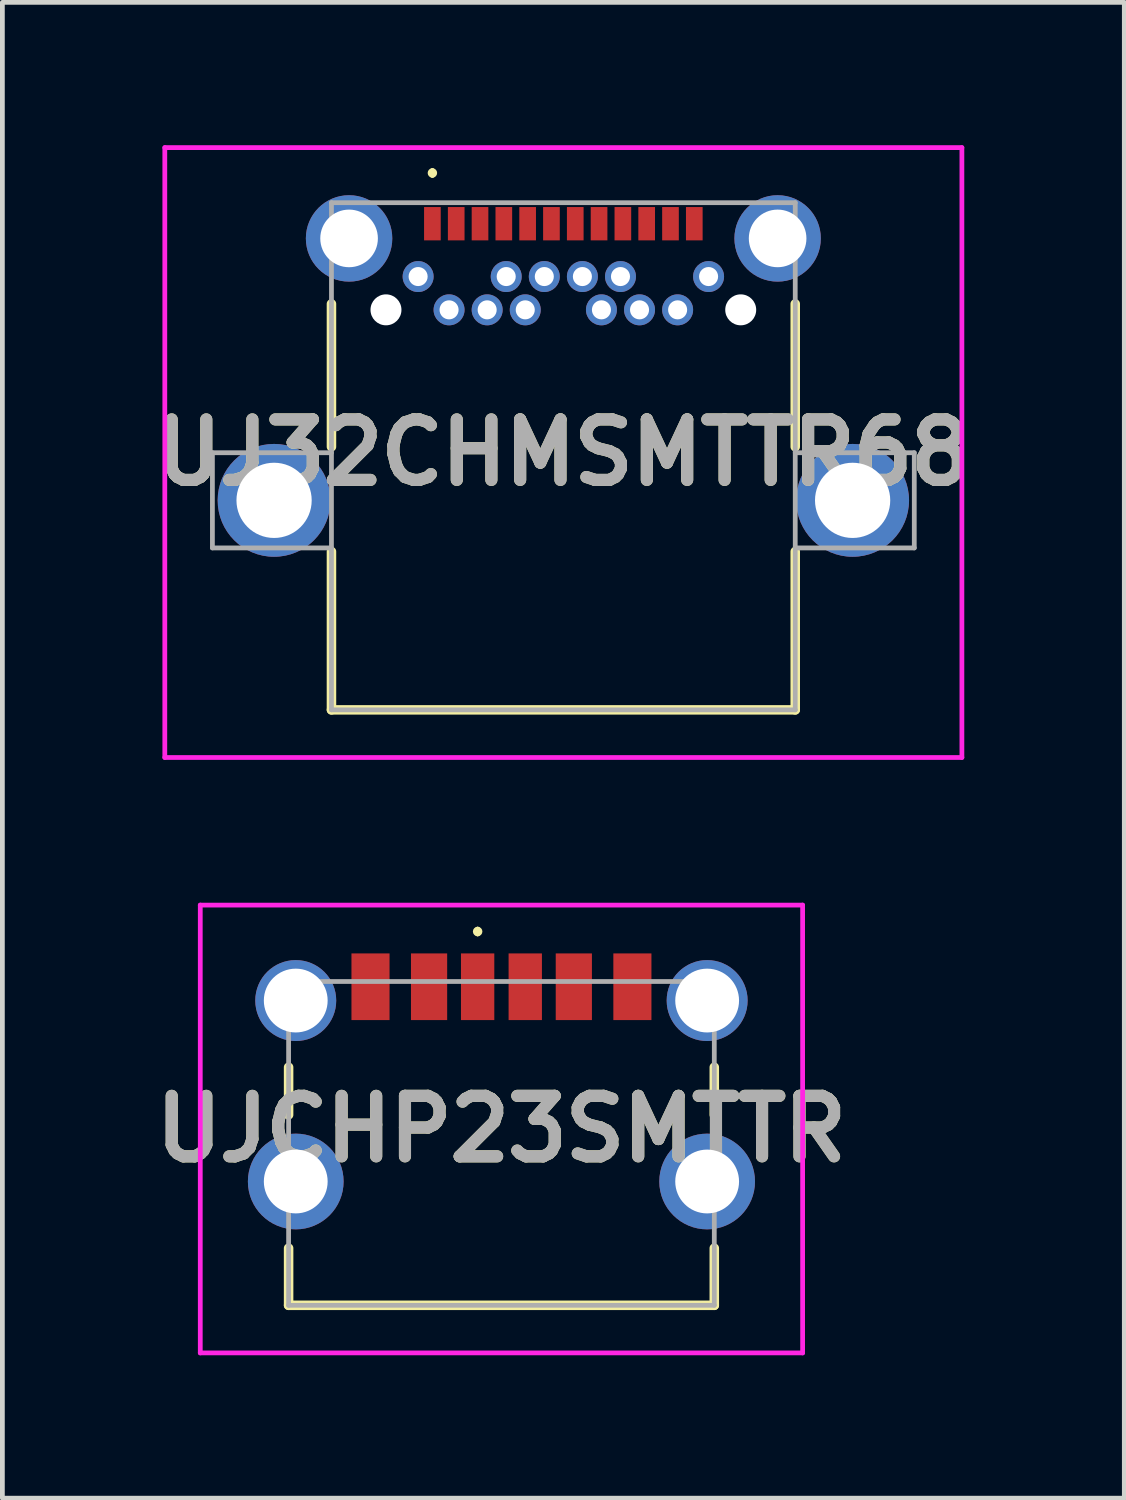
<source format=kicad_pcb>
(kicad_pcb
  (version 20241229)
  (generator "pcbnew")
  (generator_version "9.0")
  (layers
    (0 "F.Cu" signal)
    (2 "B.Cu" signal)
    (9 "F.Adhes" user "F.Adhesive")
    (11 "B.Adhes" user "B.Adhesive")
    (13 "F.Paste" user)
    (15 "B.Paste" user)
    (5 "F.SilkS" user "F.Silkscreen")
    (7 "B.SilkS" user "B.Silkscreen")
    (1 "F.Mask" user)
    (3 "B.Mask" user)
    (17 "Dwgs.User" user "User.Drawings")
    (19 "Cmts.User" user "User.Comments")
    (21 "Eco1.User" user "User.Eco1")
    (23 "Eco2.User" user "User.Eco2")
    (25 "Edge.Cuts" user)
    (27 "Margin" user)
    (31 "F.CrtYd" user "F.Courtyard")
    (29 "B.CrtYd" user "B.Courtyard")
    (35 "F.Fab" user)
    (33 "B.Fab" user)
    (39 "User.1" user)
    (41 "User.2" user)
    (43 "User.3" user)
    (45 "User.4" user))
  (footprint "UJCHP23SMTTR"
    (layer "F.Cu")
    (at 7.481 20.963)
    (property "Reference" "UJCHP23SMTTR" (at 0 -0.303 0) (layer "F.SilkS") (effects (font (size 1.27 1.27) (thickness 0.254))))
    (attr through_hole)
    (fp_line (start -4.47 -1.6) (end -4.47 -0.6) (stroke (width 0.2) (type solid)) (layer "F.SilkS"))
    (fp_line (start -4.47 2.2) (end -4.47 3.4) (stroke (width 0.2) (type solid)) (layer "F.SilkS"))
    (fp_line (start -4.47 3.4) (end 4.47 3.4) (stroke (width 0.2) (type solid)) (layer "F.SilkS"))
    (fp_line (start -0.5 -4.5) (end -0.5 -4.5) (stroke (width 0.1) (type solid)) (layer "F.SilkS"))
    (fp_line (start -0.5 -4.4) (end -0.5 -4.4) (stroke (width 0.1) (type solid)) (layer "F.SilkS"))
    (fp_line (start 4.47 -1.6) (end 4.47 -0.6) (stroke (width 0.2) (type solid)) (layer "F.SilkS"))
    (fp_line (start 4.47 3.4) (end 4.47 2.2) (stroke (width 0.2) (type solid)) (layer "F.SilkS"))
    (fp_arc (start -0.5 -4.5) (mid -0.45 -4.45) (end -0.5 -4.4) (stroke (width 0.1) (type solid)) (layer "F.SilkS"))
    (fp_arc (start -0.5 -4.4) (mid -0.55 -4.45) (end -0.5 -4.5) (stroke (width 0.1) (type solid)) (layer "F.SilkS"))
    (fp_line (start -6.325 -5.005) (end 6.325 -5.005) (stroke (width 0.1) (type solid)) (layer "F.CrtYd"))
    (fp_line (start -6.325 4.4) (end -6.325 -5.005) (stroke (width 0.1) (type solid)) (layer "F.CrtYd"))
    (fp_line (start 6.325 -5.005) (end 6.325 4.4) (stroke (width 0.1) (type solid)) (layer "F.CrtYd"))
    (fp_line (start 6.325 4.4) (end -6.325 4.4) (stroke (width 0.1) (type solid)) (layer "F.CrtYd"))
    (fp_line (start -4.47 -3.4) (end 4.47 -3.4) (stroke (width 0.1) (type solid)) (layer "F.Fab"))
    (fp_line (start -4.47 3.4) (end -4.47 -3.4) (stroke (width 0.1) (type solid)) (layer "F.Fab"))
    (fp_line (start 4.47 -3.4) (end 4.47 3.4) (stroke (width 0.1) (type solid)) (layer "F.Fab"))
    (fp_line (start 4.47 3.4) (end -4.47 3.4) (stroke (width 0.1) (type solid)) (layer "F.Fab"))
    (fp_text user "${REFERENCE}" (at 0 -0.303 0) (layer "F.Fab") (effects (font (size 1.27 1.27) (thickness 0.254))))
    (pad "A5" smd rect (at -0.5 -3.29) (size 0.7 1.4) (layers "F.Cu" "F.Mask" "F.Paste"))
    (pad "A9" smd rect (at 1.52 -3.29) (size 0.76 1.4) (layers "F.Cu" "F.Mask" "F.Paste"))
    (pad "A12" smd rect (at 2.75 -3.29) (size 0.8 1.4) (layers "F.Cu" "F.Mask" "F.Paste"))
    (pad "B5" smd rect (at 0.5 -3.29) (size 0.7 1.4) (layers "F.Cu" "F.Mask" "F.Paste"))
    (pad "B9" smd rect (at -1.52 -3.29) (size 0.76 1.4) (layers "F.Cu" "F.Mask" "F.Paste"))
    (pad "B12" smd rect (at -2.75 -3.29) (size 0.8 1.4) (layers "F.Cu" "F.Mask" "F.Paste"))
    (pad "MH1" thru_hole circle (at -4.32 -3) (size 1.7 1.7) (drill 1.34) (layers "*.Cu" "*.Mask"))
    (pad "MH2" thru_hole circle (at 4.32 -3) (size 1.7 1.7) (drill 1.34) (layers "*.Cu" "*.Mask"))
    (pad "MH3" thru_hole circle (at -4.32 0.8) (size 2.01 2.01) (drill 1.34) (layers "*.Cu" "*.Mask"))
    (pad "MH4" thru_hole circle (at 4.32 0.8) (size 2.01 2.01) (drill 1.34) (layers "*.Cu" "*.Mask")))
  (footprint "UJ32CHMSMTTR68"
    (layer "F.Cu")
    (at 8.781 6.454)
    (property "Reference" "UJ32CHMSMTTR68" (at 0 0 0) (layer "F.SilkS") (effects (font (size 1.27 1.27) (thickness 0.254))))
    (attr through_hole)
    (fp_line (start -4.87 -3.122) (end -4.87 -0.121) (stroke (width 0.2) (type solid)) (layer "F.SilkS"))
    (fp_line (start -4.87 2.079) (end -4.87 5.404) (stroke (width 0.2) (type solid)) (layer "F.SilkS"))
    (fp_line (start -4.87 5.404) (end 4.87 5.404) (stroke (width 0.2) (type solid)) (layer "F.SilkS"))
    (fp_line (start -2.75 -5.921) (end -2.75 -5.921) (stroke (width 0.1) (type solid)) (layer "F.SilkS"))
    (fp_line (start -2.75 -5.822) (end -2.75 -5.822) (stroke (width 0.1) (type solid)) (layer "F.SilkS"))
    (fp_line (start 4.87 -3.122) (end 4.87 -0.121) (stroke (width 0.2) (type solid)) (layer "F.SilkS"))
    (fp_line (start 4.87 5.404) (end 4.87 2.079) (stroke (width 0.2) (type solid)) (layer "F.SilkS"))
    (fp_arc (start -2.75 -5.921) (mid -2.7005 -5.8715) (end -2.75 -5.822) (stroke (width 0.1) (type solid)) (layer "F.SilkS"))
    (fp_arc (start -2.75 -5.822) (mid -2.7995 -5.8715) (end -2.75 -5.921) (stroke (width 0.1) (type solid)) (layer "F.SilkS"))
    (fp_line (start -8.37 -6.404) (end 8.37 -6.404) (stroke (width 0.1) (type solid)) (layer "F.CrtYd"))
    (fp_line (start -8.37 6.404) (end -8.37 -6.404) (stroke (width 0.1) (type solid)) (layer "F.CrtYd"))
    (fp_line (start 8.37 -6.404) (end 8.37 6.404) (stroke (width 0.1) (type solid)) (layer "F.CrtYd"))
    (fp_line (start 8.37 6.404) (end -8.37 6.404) (stroke (width 0.1) (type solid)) (layer "F.CrtYd"))
    (fp_line (start -7.37 0.004) (end -7.37 2.003) (stroke (width 0.1) (type solid)) (layer "F.Fab"))
    (fp_line (start -7.37 2.003) (end -4.87 2.003) (stroke (width 0.1) (type solid)) (layer "F.Fab"))
    (fp_line (start -4.87 -5.247) (end 4.87 -5.247) (stroke (width 0.1) (type solid)) (layer "F.Fab"))
    (fp_line (start -4.87 0.004) (end -7.37 0.004) (stroke (width 0.1) (type solid)) (layer "F.Fab"))
    (fp_line (start -4.87 5.404) (end -4.87 -5.247) (stroke (width 0.1) (type solid)) (layer "F.Fab"))
    (fp_line (start 4.87 -5.247) (end 4.87 5.404) (stroke (width 0.1) (type solid)) (layer "F.Fab"))
    (fp_line (start 4.87 0.004) (end 7.37 0.004) (stroke (width 0.1) (type solid)) (layer "F.Fab"))
    (fp_line (start 4.87 5.404) (end -4.87 5.404) (stroke (width 0.1) (type solid)) (layer "F.Fab"))
    (fp_line (start 7.37 0.004) (end 7.37 2.003) (stroke (width 0.1) (type solid)) (layer "F.Fab"))
    (fp_line (start 7.37 2.003) (end 4.87 2.003) (stroke (width 0.1) (type solid)) (layer "F.Fab"))
    (fp_text user "${REFERENCE}" (at 0 0 0) (layer "F.Fab") (effects (font (size 1.27 1.27) (thickness 0.254))))
    (pad "" np_thru_hole circle (at -3.725 -2.997) (size 0.65 0.65) (drill 0.65) (layers "*.Cu" "*.Mask"))
    (pad "" np_thru_hole circle (at 3.725 -2.997) (size 0.65 0.65) (drill 0.65) (layers "*.Cu" "*.Mask"))
    (pad "A1" smd rect (at -2.75 -4.806) (size 0.35 0.7) (layers "F.Cu" "F.Mask" "F.Paste"))
    (pad "A2" smd rect (at -2.25 -4.806) (size 0.35 0.7) (layers "F.Cu" "F.Mask" "F.Paste"))
    (pad "A3" smd rect (at -1.75 -4.806) (size 0.35 0.7) (layers "F.Cu" "F.Mask" "F.Paste"))
    (pad "A4" smd rect (at -1.25 -4.806) (size 0.35 0.7) (layers "F.Cu" "F.Mask" "F.Paste"))
    (pad "A5" smd rect (at -0.75 -4.806) (size 0.35 0.7) (layers "F.Cu" "F.Mask" "F.Paste"))
    (pad "A6" smd rect (at -0.25 -4.806) (size 0.35 0.7) (layers "F.Cu" "F.Mask" "F.Paste"))
    (pad "A7" smd rect (at 0.25 -4.806) (size 0.35 0.7) (layers "F.Cu" "F.Mask" "F.Paste"))
    (pad "A8" smd rect (at 0.75 -4.806) (size 0.35 0.7) (layers "F.Cu" "F.Mask" "F.Paste"))
    (pad "A9" smd rect (at 1.25 -4.806) (size 0.35 0.7) (layers "F.Cu" "F.Mask" "F.Paste"))
    (pad "A10" smd rect (at 1.75 -4.806) (size 0.35 0.7) (layers "F.Cu" "F.Mask" "F.Paste"))
    (pad "A11" smd rect (at 2.25 -4.806) (size 0.35 0.7) (layers "F.Cu" "F.Mask" "F.Paste"))
    (pad "A12" smd rect (at 2.75 -4.806) (size 0.35 0.7) (layers "F.Cu" "F.Mask" "F.Paste"))
    (pad "B1" thru_hole circle (at 3.05 -3.696) (size 0.65 0.65) (drill 0.4) (layers "*.Cu" "*.Mask"))
    (pad "B2" thru_hole circle (at 2.4 -2.997) (size 0.65 0.65) (drill 0.4) (layers "*.Cu" "*.Mask"))
    (pad "B3" thru_hole circle (at 1.6 -2.997) (size 0.65 0.65) (drill 0.4) (layers "*.Cu" "*.Mask"))
    (pad "B4" thru_hole circle (at 1.2 -3.696) (size 0.65 0.65) (drill 0.4) (layers "*.Cu" "*.Mask"))
    (pad "B5" thru_hole circle (at 0.8 -2.997) (size 0.65 0.65) (drill 0.4) (layers "*.Cu" "*.Mask"))
    (pad "B6" thru_hole circle (at 0.4 -3.696) (size 0.65 0.65) (drill 0.4) (layers "*.Cu" "*.Mask"))
    (pad "B7" thru_hole circle (at -0.4 -3.696) (size 0.65 0.65) (drill 0.4) (layers "*.Cu" "*.Mask"))
    (pad "B8" thru_hole circle (at -0.8 -2.997) (size 0.65 0.65) (drill 0.4) (layers "*.Cu" "*.Mask"))
    (pad "B9" thru_hole circle (at -1.2 -3.696) (size 0.65 0.65) (drill 0.4) (layers "*.Cu" "*.Mask"))
    (pad "B10" thru_hole circle (at -1.6 -2.997) (size 0.65 0.65) (drill 0.4) (layers "*.Cu" "*.Mask"))
    (pad "B11" thru_hole circle (at -2.4 -2.997) (size 0.65 0.65) (drill 0.4) (layers "*.Cu" "*.Mask"))
    (pad "B12" thru_hole circle (at -3.05 -3.696) (size 0.65 0.65) (drill 0.4) (layers "*.Cu" "*.Mask"))
    (pad "MH1" thru_hole circle (at -4.5 -4.497) (size 1.815 1.815) (drill 1.21) (layers "*.Cu" "*.Mask"))
    (pad "MH2" thru_hole circle (at 4.5 -4.497) (size 1.815 1.815) (drill 1.21) (layers "*.Cu" "*.Mask"))
    (pad "MH3" thru_hole circle (at 6.075 1.004) (size 2.37 2.37) (drill 1.58) (layers "*.Cu" "*.Mask"))
    (pad "MH4" thru_hole circle (at -6.075 1.004) (size 2.37 2.37) (drill 1.58) (layers "*.Cu" "*.Mask")))
  (gr_rect
    (start -3 -3)
    (end 20.562 28.413)
    (stroke (width 0.1) (type default))
    (fill no)
    (layer "Edge.Cuts")))
</source>
